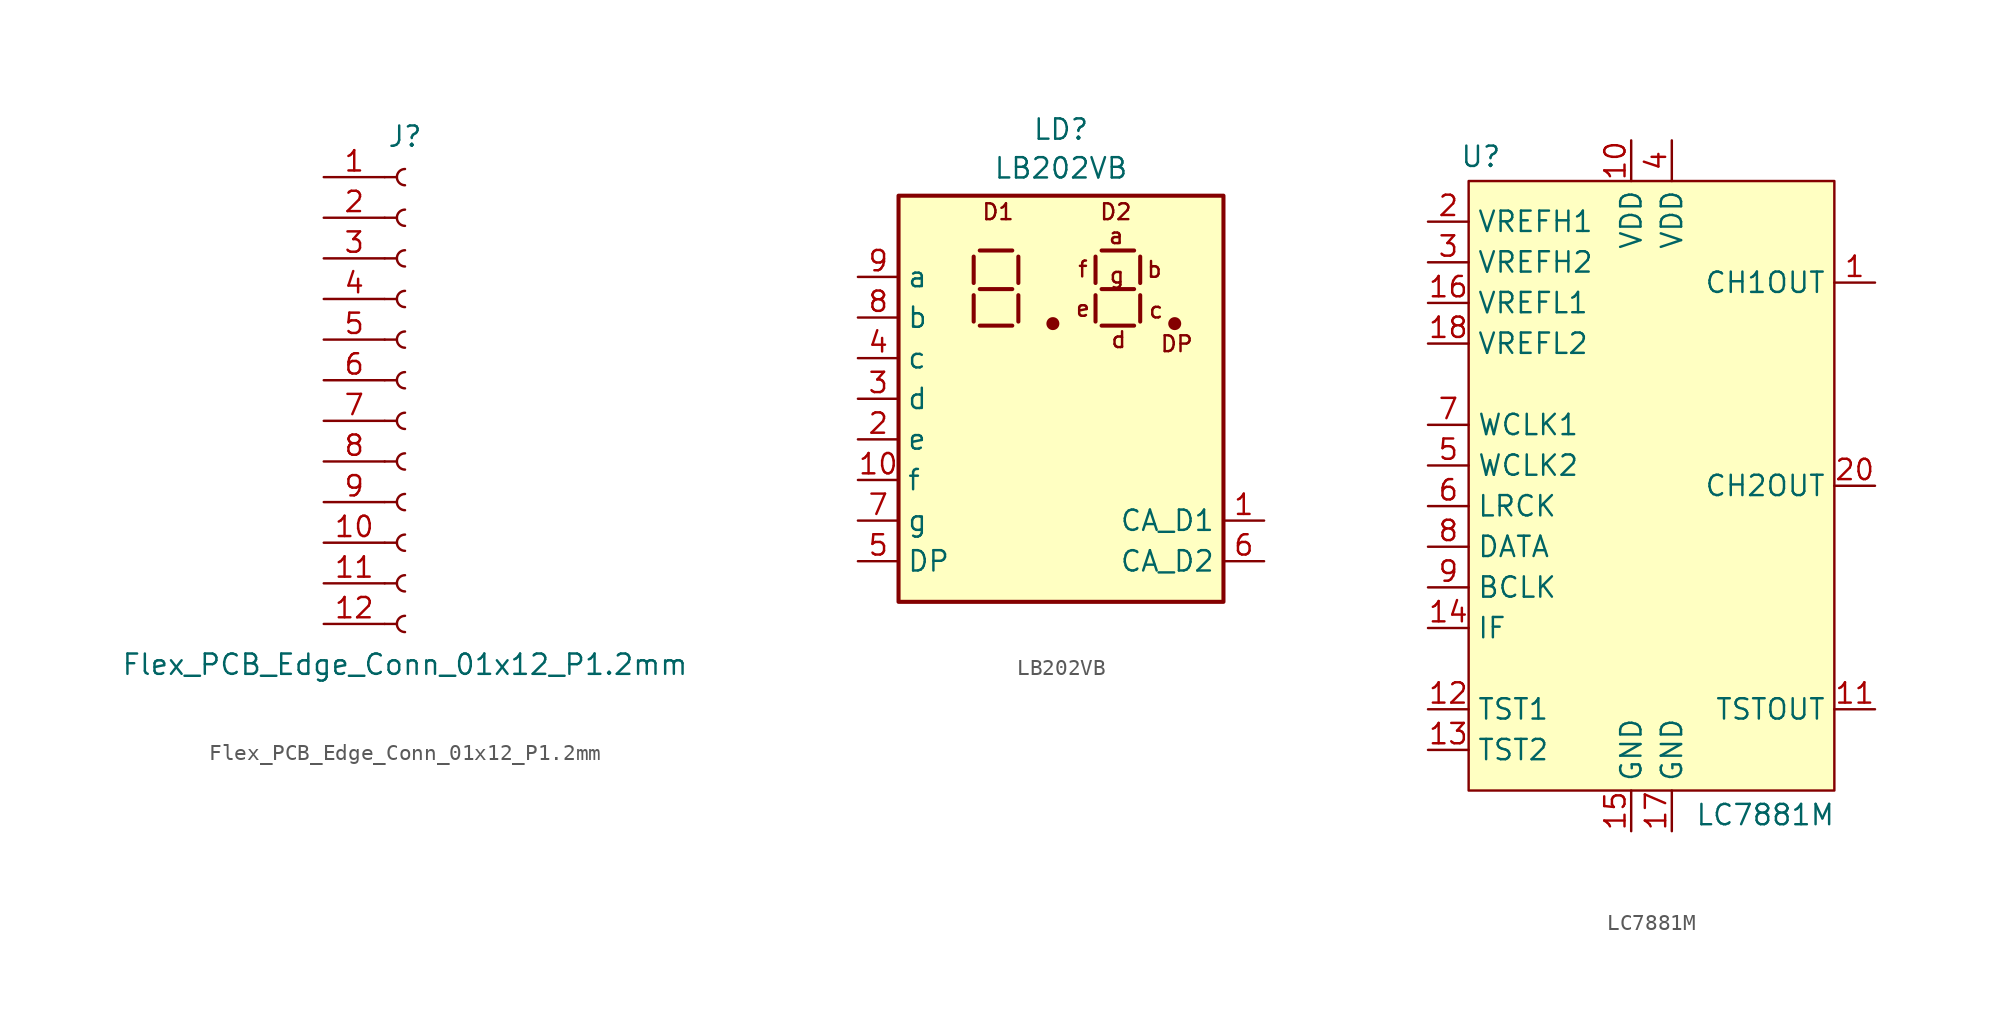
<source format=kicad_sym>
(kicad_symbol_lib
  (version 20231120)
  (generator "kicad_symbol_editor")
  (generator_version "8.0")
  (symbol "Flex_PCB_Edge_Conn_01x12_P1.2mm"
    (pin_names
      (offset 1.016) hide)
    (property "Reference" "J"
      (at 0 15.24 0)
      (effects (font (size 1.27 1.27))))
    (property "Value" "Flex_PCB_Edge_Conn_01x12_P1.2mm"
      (at 0 -17.78 0)
      (effects (font (size 1.27 1.27))))
    (symbol "Flex_PCB_Edge_Conn_01x12_P1.2mm_1_1"
      (arc (start 0 -14.732) (mid -0.5058 -15.24) (end 0 -15.748) (stroke (width 0.1524) (type default)) (fill (type none)))
      (arc (start 0 -12.192) (mid -0.5058 -12.7) (end 0 -13.208) (stroke (width 0.1524) (type default)) (fill (type none)))
      (arc (start 0 -9.652) (mid -0.5058 -10.16) (end 0 -10.668) (stroke (width 0.1524) (type default)) (fill (type none)))
      (arc (start 0 -7.112) (mid -0.5058 -7.62) (end 0 -8.128) (stroke (width 0.1524) (type default)) (fill (type none)))
      (arc (start 0 -4.572) (mid -0.5058 -5.08) (end 0 -5.588) (stroke (width 0.1524) (type default)) (fill (type none)))
      (arc (start 0 -2.032) (mid -0.5058 -2.54) (end 0 -3.048) (stroke (width 0.1524) (type default)) (fill (type none)))
      (polyline (pts (xy -1.27 -15.24) (xy -0.508 -15.24)) (stroke (width 0.152) (type default)) (fill (type none)))
      (polyline (pts (xy -1.27 -12.7) (xy -0.508 -12.7)) (stroke (width 0.152) (type default)) (fill (type none)))
      (polyline (pts (xy -1.27 -10.16) (xy -0.508 -10.16)) (stroke (width 0.152) (type default)) (fill (type none)))
      (polyline (pts (xy -1.27 -7.62) (xy -0.508 -7.62)) (stroke (width 0.152) (type default)) (fill (type none)))
      (polyline (pts (xy -1.27 -5.08) (xy -0.508 -5.08)) (stroke (width 0.152) (type default)) (fill (type none)))
      (polyline (pts (xy -1.27 -2.54) (xy -0.508 -2.54)) (stroke (width 0.152) (type default)) (fill (type none)))
      (polyline (pts (xy -1.27 0) (xy -0.508 0)) (stroke (width 0.152) (type default)) (fill (type none)))
      (polyline (pts (xy -1.27 2.54) (xy -0.508 2.54)) (stroke (width 0.152) (type default)) (fill (type none)))
      (polyline (pts (xy -1.27 5.08) (xy -0.508 5.08)) (stroke (width 0.152) (type default)) (fill (type none)))
      (polyline (pts (xy -1.27 7.62) (xy -0.508 7.62)) (stroke (width 0.152) (type default)) (fill (type none)))
      (polyline (pts (xy -1.27 10.16) (xy -0.508 10.16)) (stroke (width 0.152) (type default)) (fill (type none)))
      (polyline (pts (xy -1.27 12.7) (xy -0.508 12.7)) (stroke (width 0.152) (type default)) (fill (type none)))
      (arc (start 0 0.508) (mid -0.5058 0) (end 0 -0.508) (stroke (width 0.1524) (type default)) (fill (type none)))
      (arc (start 0 3.048) (mid -0.5058 2.54) (end 0 2.032) (stroke (width 0.1524) (type default)) (fill (type none)))
      (arc (start 0 5.588) (mid -0.5058 5.08) (end 0 4.572) (stroke (width 0.1524) (type default)) (fill (type none)))
      (arc (start 0 8.128) (mid -0.5058 7.62) (end 0 7.112) (stroke (width 0.1524) (type default)) (fill (type none)))
      (arc (start 0 10.668) (mid -0.5058 10.16) (end 0 9.652) (stroke (width 0.1524) (type default)) (fill (type none)))
      (arc (start 0 13.208) (mid -0.5058 12.7) (end 0 12.192) (stroke (width 0.1524) (type default)) (fill (type none)))
      (pin passive line (at -5.08 12.7 0) (length 3.81) (name "Pin_1" (effects (font (size 1.27 1.27)))) (number "1" (effects (font (size 1.27 1.27)))))
      (pin passive line (at -5.08 -10.16 0) (length 3.81) (name "Pin_10" (effects (font (size 1.27 1.27)))) (number "10" (effects (font (size 1.27 1.27)))))
      (pin passive line (at -5.08 -12.7 0) (length 3.81) (name "Pin_11" (effects (font (size 1.27 1.27)))) (number "11" (effects (font (size 1.27 1.27)))))
      (pin passive line (at -5.08 -15.24 0) (length 3.81) (name "Pin_12" (effects (font (size 1.27 1.27)))) (number "12" (effects (font (size 1.27 1.27)))))
      (pin passive line (at -5.08 10.16 0) (length 3.81) (name "Pin_2" (effects (font (size 1.27 1.27)))) (number "2" (effects (font (size 1.27 1.27)))))
      (pin passive line (at -5.08 7.62 0) (length 3.81) (name "Pin_3" (effects (font (size 1.27 1.27)))) (number "3" (effects (font (size 1.27 1.27)))))
      (pin passive line (at -5.08 5.08 0) (length 3.81) (name "Pin_4" (effects (font (size 1.27 1.27)))) (number "4" (effects (font (size 1.27 1.27)))))
      (pin passive line (at -5.08 2.54 0) (length 3.81) (name "Pin_5" (effects (font (size 1.27 1.27)))) (number "5" (effects (font (size 1.27 1.27)))))
      (pin passive line (at -5.08 0 0) (length 3.81) (name "Pin_6" (effects (font (size 1.27 1.27)))) (number "6" (effects (font (size 1.27 1.27)))))
      (pin passive line (at -5.08 -2.54 0) (length 3.81) (name "Pin_7" (effects (font (size 1.27 1.27)))) (number "7" (effects (font (size 1.27 1.27)))))
      (pin passive line (at -5.08 -5.08 0) (length 3.81) (name "Pin_8" (effects (font (size 1.27 1.27)))) (number "8" (effects (font (size 1.27 1.27)))))
      (pin passive line (at -5.08 -7.62 0) (length 3.81) (name "Pin_9" (effects (font (size 1.27 1.27)))) (number "9" (effects (font (size 1.27 1.27)))))))
  (symbol "LB202VB"
    (property "Reference" "LD"
      (at 0 16.845 0)
      (effects (font (size 1.27 1.27))))
    (property "Value" "LB202VB"
      (at 0 14.42 0)
      (effects (font (size 1.27 1.27))))
    (symbol "LB202VB_0_0"
      (text "a" (at 3.454 10.185 0) (effects (font (size 0.991 0.991))))
      (text "b" (at 5.842 8.077 0) (effects (font (size 0.991 0.991))))
      (text "c" (at 5.944 5.537 0) (effects (font (size 0.991 0.991))))
      (text "d" (at 3.607 3.683 0) (effects (font (size 0.991 0.991))))
      (text "D1" (at -3.937 11.684 0) (effects (font (size 0.991 0.991))))
      (text "D2" (at 3.429 11.684 0) (effects (font (size 0.991 0.991))))
      (text "DP" (at 7.239 3.429 0) (effects (font (size 0.991 0.991))))
      (text "e" (at 1.372 5.639 0) (effects (font (size 0.991 0.991))))
      (text "f" (at 1.372 8.103 0) (effects (font (size 0.991 0.991))))
      (text "g" (at 3.505 7.722 0) (effects (font (size 0.991 0.991)))))
    (symbol "LB202VB_0_1"
      (rectangle (start -10.16 12.7) (end 10.16 -12.7) (stroke (width 0.254) (type default)) (fill (type background)))
      (circle (center -0.508 4.699) (radius 0.279) (stroke (width 0.254) (type default)) (fill (type outline)))
      (polyline (pts (xy -5.461 4.826) (xy -5.461 6.477)) (stroke (width 0.254) (type default)) (fill (type none)))
      (polyline (pts (xy -5.461 7.239) (xy -5.461 8.89)) (stroke (width 0.254) (type default)) (fill (type none)))
      (polyline (pts (xy -5.08 4.572) (xy -3.048 4.572)) (stroke (width 0.254) (type default)) (fill (type none)))
      (polyline (pts (xy -5.08 6.858) (xy -3.048 6.858)) (stroke (width 0.254) (type default)) (fill (type none)))
      (polyline (pts (xy -5.08 9.271) (xy -3.048 9.271)) (stroke (width 0.254) (type default)) (fill (type none)))
      (polyline (pts (xy -2.667 4.826) (xy -2.667 6.477)) (stroke (width 0.254) (type default)) (fill (type none)))
      (polyline (pts (xy -2.667 7.239) (xy -2.667 8.89)) (stroke (width 0.254) (type default)) (fill (type none)))
      (polyline (pts (xy 2.159 4.826) (xy 2.159 6.477)) (stroke (width 0.254) (type default)) (fill (type none)))
      (polyline (pts (xy 2.159 7.239) (xy 2.159 8.89)) (stroke (width 0.254) (type default)) (fill (type none)))
      (polyline (pts (xy 2.54 4.572) (xy 4.572 4.572)) (stroke (width 0.254) (type default)) (fill (type none)))
      (polyline (pts (xy 2.54 6.858) (xy 4.572 6.858)) (stroke (width 0.254) (type default)) (fill (type none)))
      (polyline (pts (xy 2.54 9.271) (xy 4.572 9.271)) (stroke (width 0.254) (type default)) (fill (type none)))
      (polyline (pts (xy 4.953 4.826) (xy 4.953 6.477)) (stroke (width 0.254) (type default)) (fill (type none)))
      (polyline (pts (xy 4.953 7.239) (xy 4.953 8.89)) (stroke (width 0.254) (type default)) (fill (type none)))
      (circle (center 7.112 4.699) (radius 0.279) (stroke (width 0.254) (type default)) (fill (type outline))))
    (symbol "LB202VB_1_1"
      (pin input line (at 12.7 -7.62 180) (length 2.54) (name "CA_D1" (effects (font (size 1.27 1.27)))) (number "1" (effects (font (size 1.27 1.27)))))
      (pin input line (at -12.7 -5.08 0) (length 2.54) (name "f" (effects (font (size 1.27 1.27)))) (number "10" (effects (font (size 1.27 1.27)))))
      (pin input line (at -12.7 -2.54 0) (length 2.54) (name "e" (effects (font (size 1.27 1.27)))) (number "2" (effects (font (size 1.27 1.27)))))
      (pin input line (at -12.7 0 0) (length 2.54) (name "d" (effects (font (size 1.27 1.27)))) (number "3" (effects (font (size 1.27 1.27)))))
      (pin input line (at -12.7 2.54 0) (length 2.54) (name "c" (effects (font (size 1.27 1.27)))) (number "4" (effects (font (size 1.27 1.27)))))
      (pin input line (at -12.7 -10.16 0) (length 2.54) (name "DP" (effects (font (size 1.27 1.27)))) (number "5" (effects (font (size 1.27 1.27)))))
      (pin input line (at 12.7 -10.16 180) (length 2.54) (name "CA_D2" (effects (font (size 1.27 1.27)))) (number "6" (effects (font (size 1.27 1.27)))))
      (pin input line (at -12.7 -7.62 0) (length 2.54) (name "g" (effects (font (size 1.27 1.27)))) (number "7" (effects (font (size 1.27 1.27)))))
      (pin input line (at -12.7 5.08 0) (length 2.54) (name "b" (effects (font (size 1.27 1.27)))) (number "8" (effects (font (size 1.27 1.27)))))
      (pin input line (at -12.7 7.62 0) (length 2.54) (name "a" (effects (font (size 1.27 1.27)))) (number "9" (effects (font (size 1.27 1.27)))))))
  (symbol "LC7881M"
    (property "Reference" "U"
      (at -10.668 20.574 0)
      (effects (font (size 1.27 1.27))))
    (property "Value" "LC7881M"
      (at 7.112 -20.574 0)
      (effects (font (size 1.27 1.27))))
    (symbol "LC7881M_1_1"
      (rectangle (start -11.43 19.05) (end 11.43 -19.05) (stroke (width 0) (type default)) (fill (type background)))
      (pin output line (at 13.97 12.7 180) (length 2.54) (name "CH1OUT" (effects (font (size 1.27 1.27)))) (number "1" (effects (font (size 1.27 1.27)))))
      (pin power_in line (at -1.27 21.59 270) (length 2.54) (name "VDD" (effects (font (size 1.27 1.27)))) (number "10" (effects (font (size 1.27 1.27)))))
      (pin output line (at 13.97 -13.97 180) (length 2.54) (name "TSTOUT" (effects (font (size 1.27 1.27)))) (number "11" (effects (font (size 1.27 1.27)))))
      (pin input line (at -13.97 -13.97 0) (length 2.54) (name "TST1" (effects (font (size 1.27 1.27)))) (number "12" (effects (font (size 1.27 1.27)))))
      (pin input line (at -13.97 -16.51 0) (length 2.54) (name "TST2" (effects (font (size 1.27 1.27)))) (number "13" (effects (font (size 1.27 1.27)))))
      (pin input line (at -13.97 -8.89 0) (length 2.54) (name "IF" (effects (font (size 1.27 1.27)))) (number "14" (effects (font (size 1.27 1.27)))))
      (pin power_in line (at -1.27 -21.59 90) (length 2.54) (name "GND" (effects (font (size 1.27 1.27)))) (number "15" (effects (font (size 1.27 1.27)))))
      (pin input line (at -13.97 11.43 0) (length 2.54) (name "VREFL1" (effects (font (size 1.27 1.27)))) (number "16" (effects (font (size 1.27 1.27)))))
      (pin power_in line (at 1.27 -21.59 90) (length 2.54) (name "GND" (effects (font (size 1.27 1.27)))) (number "17" (effects (font (size 1.27 1.27)))))
      (pin input line (at -13.97 8.89 0) (length 2.54) (name "VREFL2" (effects (font (size 1.27 1.27)))) (number "18" (effects (font (size 1.27 1.27)))))
      (pin input line (at -13.97 16.51 0) (length 2.54) (name "VREFH1" (effects (font (size 1.27 1.27)))) (number "2" (effects (font (size 1.27 1.27)))))
      (pin output line (at 13.97 0 180) (length 2.54) (name "CH2OUT" (effects (font (size 1.27 1.27)))) (number "20" (effects (font (size 1.27 1.27)))))
      (pin input line (at -13.97 13.97 0) (length 2.54) (name "VREFH2" (effects (font (size 1.27 1.27)))) (number "3" (effects (font (size 1.27 1.27)))))
      (pin power_in line (at 1.27 21.59 270) (length 2.54) (name "VDD" (effects (font (size 1.27 1.27)))) (number "4" (effects (font (size 1.27 1.27)))))
      (pin input line (at -13.97 1.27 0) (length 2.54) (name "WCLK2" (effects (font (size 1.27 1.27)))) (number "5" (effects (font (size 1.27 1.27)))))
      (pin input line (at -13.97 -1.27 0) (length 2.54) (name "LRCK" (effects (font (size 1.27 1.27)))) (number "6" (effects (font (size 1.27 1.27)))))
      (pin input line (at -13.97 3.81 0) (length 2.54) (name "WCLK1" (effects (font (size 1.27 1.27)))) (number "7" (effects (font (size 1.27 1.27)))))
      (pin input line (at -13.97 -3.81 0) (length 2.54) (name "DATA" (effects (font (size 1.27 1.27)))) (number "8" (effects (font (size 1.27 1.27)))))
      (pin input line (at -13.97 -6.35 0) (length 2.54) (name "BCLK" (effects (font (size 1.27 1.27)))) (number "9" (effects (font (size 1.27 1.27))))))))
</source>
